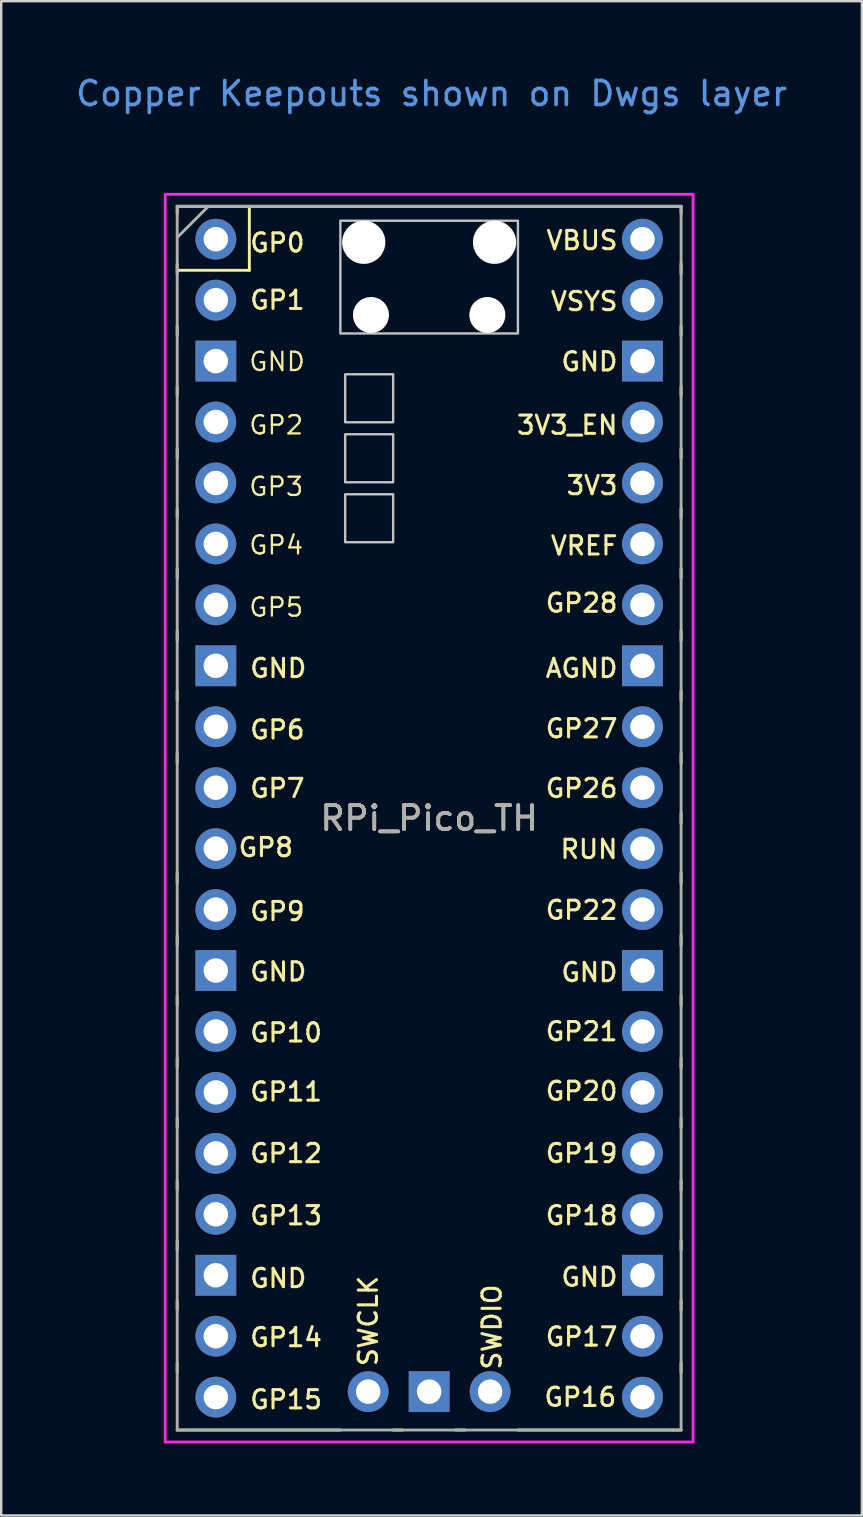
<source format=kicad_pcb>
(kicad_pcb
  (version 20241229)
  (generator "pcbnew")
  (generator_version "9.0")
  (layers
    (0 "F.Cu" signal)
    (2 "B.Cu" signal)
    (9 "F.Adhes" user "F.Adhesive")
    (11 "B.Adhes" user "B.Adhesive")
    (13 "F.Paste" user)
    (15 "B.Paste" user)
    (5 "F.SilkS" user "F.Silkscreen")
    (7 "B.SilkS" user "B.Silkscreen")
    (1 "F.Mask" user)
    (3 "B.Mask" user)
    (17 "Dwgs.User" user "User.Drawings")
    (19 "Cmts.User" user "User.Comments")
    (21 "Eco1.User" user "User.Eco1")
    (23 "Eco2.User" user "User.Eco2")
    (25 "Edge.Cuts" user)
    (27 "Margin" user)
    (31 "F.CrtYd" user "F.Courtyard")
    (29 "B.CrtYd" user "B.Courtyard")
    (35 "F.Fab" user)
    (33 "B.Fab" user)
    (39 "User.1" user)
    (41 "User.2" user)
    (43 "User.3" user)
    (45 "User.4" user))
  (footprint "RPi_Pico_TH"
    (layer "F.Cu")
    (at 14.835 31.048)
    (property "Reference" "RPi_Pico_TH" (at 0 0 0) (layer "F.SilkS") (effects (font (size 1 1) (thickness 0.15))))
    (attr through_hole)
    (fp_line (start -10.5 -25.5) (end -10.5 -25.2) (stroke (width 0.12) (type solid)) (layer "F.SilkS"))
    (fp_line (start -10.5 -25.5) (end 10.5 -25.5) (stroke (width 0.12) (type solid)) (layer "F.SilkS"))
    (fp_line (start -10.5 -23.1) (end -10.5 -22.7) (stroke (width 0.12) (type solid)) (layer "F.SilkS"))
    (fp_line (start -10.5 -22.833) (end -7.493 -22.833) (stroke (width 0.12) (type solid)) (layer "F.SilkS"))
    (fp_line (start -10.5 -20.5) (end -10.5 -20.1) (stroke (width 0.12) (type solid)) (layer "F.SilkS"))
    (fp_line (start -10.5 -18) (end -10.5 -17.6) (stroke (width 0.12) (type solid)) (layer "F.SilkS"))
    (fp_line (start -10.5 -15.4) (end -10.5 -15) (stroke (width 0.12) (type solid)) (layer "F.SilkS"))
    (fp_line (start -10.5 -12.9) (end -10.5 -12.5) (stroke (width 0.12) (type solid)) (layer "F.SilkS"))
    (fp_line (start -10.5 -10.4) (end -10.5 -10) (stroke (width 0.12) (type solid)) (layer "F.SilkS"))
    (fp_line (start -10.5 -7.8) (end -10.5 -7.4) (stroke (width 0.12) (type solid)) (layer "F.SilkS"))
    (fp_line (start -10.5 -5.3) (end -10.5 -4.9) (stroke (width 0.12) (type solid)) (layer "F.SilkS"))
    (fp_line (start -10.5 -2.7) (end -10.5 -2.3) (stroke (width 0.12) (type solid)) (layer "F.SilkS"))
    (fp_line (start -10.5 2.3) (end -10.5 2.7) (stroke (width 0.12) (type solid)) (layer "F.SilkS"))
    (fp_line (start -10.5 4.9) (end -10.5 5.3) (stroke (width 0.12) (type solid)) (layer "F.SilkS"))
    (fp_line (start -10.5 7.4) (end -10.5 7.8) (stroke (width 0.12) (type solid)) (layer "F.SilkS"))
    (fp_line (start -10.5 10) (end -10.5 10.4) (stroke (width 0.12) (type solid)) (layer "F.SilkS"))
    (fp_line (start -10.5 12.5) (end -10.5 12.9) (stroke (width 0.12) (type solid)) (layer "F.SilkS"))
    (fp_line (start -10.5 15.1) (end -10.5 15.5) (stroke (width 0.12) (type solid)) (layer "F.SilkS"))
    (fp_line (start -10.5 17.6) (end -10.5 18) (stroke (width 0.12) (type solid)) (layer "F.SilkS"))
    (fp_line (start -10.5 20.1) (end -10.5 20.5) (stroke (width 0.12) (type solid)) (layer "F.SilkS"))
    (fp_line (start -10.5 22.7) (end -10.5 23.1) (stroke (width 0.12) (type solid)) (layer "F.SilkS"))
    (fp_line (start -7.493 -22.833) (end -7.493 -25.5) (stroke (width 0.12) (type solid)) (layer "F.SilkS"))
    (fp_line (start -3.7 25.5) (end -10.5 25.5) (stroke (width 0.12) (type solid)) (layer "F.SilkS"))
    (fp_line (start -1.5 25.5) (end -1.1 25.5) (stroke (width 0.12) (type solid)) (layer "F.SilkS"))
    (fp_line (start 1.1 25.5) (end 1.5 25.5) (stroke (width 0.12) (type solid)) (layer "F.SilkS"))
    (fp_line (start 10.5 -25.5) (end 10.5 -25.2) (stroke (width 0.12) (type solid)) (layer "F.SilkS"))
    (fp_line (start 10.5 -23.1) (end 10.5 -22.7) (stroke (width 0.12) (type solid)) (layer "F.SilkS"))
    (fp_line (start 10.5 -20.5) (end 10.5 -20.1) (stroke (width 0.12) (type solid)) (layer "F.SilkS"))
    (fp_line (start 10.5 -18) (end 10.5 -17.6) (stroke (width 0.12) (type solid)) (layer "F.SilkS"))
    (fp_line (start 10.5 -15.4) (end 10.5 -15) (stroke (width 0.12) (type solid)) (layer "F.SilkS"))
    (fp_line (start 10.5 -12.9) (end 10.5 -12.5) (stroke (width 0.12) (type solid)) (layer "F.SilkS"))
    (fp_line (start 10.5 -10.4) (end 10.5 -10) (stroke (width 0.12) (type solid)) (layer "F.SilkS"))
    (fp_line (start 10.5 -7.8) (end 10.5 -7.4) (stroke (width 0.12) (type solid)) (layer "F.SilkS"))
    (fp_line (start 10.5 -5.3) (end 10.5 -4.9) (stroke (width 0.12) (type solid)) (layer "F.SilkS"))
    (fp_line (start 10.5 -2.7) (end 10.5 -2.3) (stroke (width 0.12) (type solid)) (layer "F.SilkS"))
    (fp_line (start 10.5 -0.2) (end 10.5 0.2) (stroke (width 0.12) (type solid)) (layer "F.SilkS"))
    (fp_line (start 10.5 2.3) (end 10.5 2.7) (stroke (width 0.12) (type solid)) (layer "F.SilkS"))
    (fp_line (start 10.5 4.9) (end 10.5 5.3) (stroke (width 0.12) (type solid)) (layer "F.SilkS"))
    (fp_line (start 10.5 7.4) (end 10.5 7.8) (stroke (width 0.12) (type solid)) (layer "F.SilkS"))
    (fp_line (start 10.5 10) (end 10.5 10.4) (stroke (width 0.12) (type solid)) (layer "F.SilkS"))
    (fp_line (start 10.5 12.5) (end 10.5 12.9) (stroke (width 0.12) (type solid)) (layer "F.SilkS"))
    (fp_line (start 10.5 15.1) (end 10.5 15.5) (stroke (width 0.12) (type solid)) (layer "F.SilkS"))
    (fp_line (start 10.5 17.6) (end 10.5 18) (stroke (width 0.12) (type solid)) (layer "F.SilkS"))
    (fp_line (start 10.5 20.1) (end 10.5 20.5) (stroke (width 0.12) (type solid)) (layer "F.SilkS"))
    (fp_line (start 10.5 22.7) (end 10.5 23.1) (stroke (width 0.12) (type solid)) (layer "F.SilkS"))
    (fp_line (start 10.5 25.5) (end 3.7 25.5) (stroke (width 0.12) (type solid)) (layer "F.SilkS"))
    (fp_poly (pts (xy -1.5 -16.5) (xy -3.5 -16.5) (xy -3.5 -18.5) (xy -1.5 -18.5)) (stroke (width 0.1) (type solid)) (fill no) (layer "Dwgs.User"))
    (fp_poly (pts (xy -1.5 -14) (xy -3.5 -14) (xy -3.5 -16) (xy -1.5 -16)) (stroke (width 0.1) (type solid)) (fill no) (layer "Dwgs.User"))
    (fp_poly (pts (xy -1.5 -11.5) (xy -3.5 -11.5) (xy -3.5 -13.5) (xy -1.5 -13.5)) (stroke (width 0.1) (type solid)) (fill no) (layer "Dwgs.User"))
    (fp_poly (pts (xy 3.7 -20.2) (xy -3.7 -20.2) (xy -3.7 -24.9) (xy 3.7 -24.9)) (stroke (width 0.1) (type solid)) (fill no) (layer "Dwgs.User"))
    (fp_line (start -11 -26) (end 11 -26) (stroke (width 0.12) (type solid)) (layer "F.CrtYd"))
    (fp_line (start -11 26) (end -11 -26) (stroke (width 0.12) (type solid)) (layer "F.CrtYd"))
    (fp_line (start 11 -26) (end 11 26) (stroke (width 0.12) (type solid)) (layer "F.CrtYd"))
    (fp_line (start 11 26) (end -11 26) (stroke (width 0.12) (type solid)) (layer "F.CrtYd"))
    (fp_line (start -10.5 -25.5) (end 10.5 -25.5) (stroke (width 0.12) (type solid)) (layer "F.Fab"))
    (fp_line (start -10.5 -24.2) (end -9.2 -25.5) (stroke (width 0.12) (type solid)) (layer "F.Fab"))
    (fp_line (start -10.5 25.5) (end -10.5 -25.5) (stroke (width 0.12) (type solid)) (layer "F.Fab"))
    (fp_line (start 10.5 -25.5) (end 10.5 25.5) (stroke (width 0.12) (type solid)) (layer "F.Fab"))
    (fp_line (start 10.5 25.5) (end -10.5 25.5) (stroke (width 0.12) (type solid)) (layer "F.Fab"))
    (fp_text user "3V3" (at 6.789 -13.868 0) (layer "F.SilkS") (effects (font (size 0.762 0.762) (thickness 0.127) (bold yes))))
    (fp_text user "GND" (at -6.288 19.177 0) (layer "F.SilkS") (effects (font (size 0.762 0.762) (thickness 0.127) (bold yes))))
    (fp_text user "VREF" (at 6.462 -11.354 0) (layer "F.SilkS") (effects (font (size 0.762 0.762) (thickness 0.127) (bold yes))))
    (fp_text user "GND" (at 6.68 -19.025 0) (layer "F.SilkS") (effects (font (size 0.762 0.762) (thickness 0.127) (bold yes))))
    (fp_text user "GP18" (at 6.354 16.561 0) (layer "F.SilkS") (effects (font (size 0.762 0.762) (thickness 0.127) (bold yes))))
    (fp_text user "VSYS" (at 6.462 -21.539 0) (layer "F.SilkS") (effects (font (size 0.762 0.762) (thickness 0.127) (bold yes))))
    (fp_text user "GP9" (at -6.325 3.886 0) (layer "F.SilkS") (effects (font (size 0.762 0.762) (thickness 0.127) (bold yes))))
    (fp_text user "GP0" (at -6.325 -23.978 0) (layer "F.SilkS") (effects (font (size 0.762 0.762) (thickness 0.127) (bold yes))))
    (fp_text user "GP19" (at 6.354 13.97 0) (layer "F.SilkS") (effects (font (size 0.762 0.762) (thickness 0.127) (bold yes))))
    (fp_text user "GP17" (at 6.354 21.615 0) (layer "F.SilkS") (effects (font (size 0.762 0.762) (thickness 0.127) (bold yes))))
    (fp_text user "GP5" (at -6.372 -8.788 0) (layer "F.SilkS") (effects (font (size 0.762 0.762) (thickness 0.095))))
    (fp_text user "GND" (at -6.336 -19.025 0) (layer "F.SilkS") (effects (font (size 0.762 0.762) (thickness 0.095))))
    (fp_text user "3V3_EN" (at 5.755 -16.383 0) (layer "F.SilkS") (effects (font (size 0.762 0.762) (thickness 0.127) (bold yes))))
    (fp_text user "GP14" (at -5.962 21.641 0) (layer "F.SilkS") (effects (font (size 0.762 0.762) (thickness 0.127) (bold yes))))
    (fp_text user "GP11" (at -5.962 11.405 0) (layer "F.SilkS") (effects (font (size 0.762 0.762) (thickness 0.127) (bold yes))))
    (fp_text user "GP2" (at -6.372 -16.383 0) (layer "F.SilkS") (effects (font (size 0.762 0.762) (thickness 0.095))))
    (fp_text user "GP28" (at 6.354 -8.966 0) (layer "F.SilkS") (effects (font (size 0.762 0.762) (thickness 0.127) (bold yes))))
    (fp_text user "GP12" (at -5.962 13.97 0) (layer "F.SilkS") (effects (font (size 0.762 0.762) (thickness 0.127) (bold yes))))
    (fp_text user "GP13" (at -5.962 16.561 0) (layer "F.SilkS") (effects (font (size 0.762 0.762) (thickness 0.127) (bold yes))))
    (fp_text user "GP6" (at -6.325 -3.683 0) (layer "F.SilkS") (effects (font (size 0.762 0.762) (thickness 0.127) (bold yes))))
    (fp_text user "GP22" (at 6.354 3.835 0) (layer "F.SilkS") (effects (font (size 0.762 0.762) (thickness 0.127) (bold yes))))
    (fp_text user "GND" (at 6.68 19.126 0) (layer "F.SilkS") (effects (font (size 0.762 0.762) (thickness 0.127) (bold yes))))
    (fp_text user "AGND" (at 6.354 -6.248 0) (layer "F.SilkS") (effects (font (size 0.762 0.762) (thickness 0.127) (bold yes))))
    (fp_text user "GP26" (at 6.354 -1.245 0) (layer "F.SilkS") (effects (font (size 0.762 0.762) (thickness 0.127) (bold yes))))
    (fp_text user "GND" (at -6.288 -6.248 0) (layer "F.SilkS") (effects (font (size 0.762 0.762) (thickness 0.127) (bold yes))))
    (fp_text user "GP15" (at -5.962 24.232 0) (layer "F.SilkS") (effects (font (size 0.762 0.762) (thickness 0.127) (bold yes))))
    (fp_text user "GP20" (at 6.354 11.379 0) (layer "F.SilkS") (effects (font (size 0.762 0.762) (thickness 0.127) (bold yes))))
    (fp_text user "GP4" (at -6.372 -11.379 0) (layer "F.SilkS") (effects (font (size 0.762 0.762) (thickness 0.095))))
    (fp_text user "SWDIO" (at 2.616 21.209 90) (layer "F.SilkS") (effects (font (size 0.762 0.762) (thickness 0.127) (bold yes))))
    (fp_text user "GND" (at -6.288 6.401 0) (layer "F.SilkS") (effects (font (size 0.762 0.762) (thickness 0.127) (bold yes))))
    (fp_text user "GP21" (at 6.354 8.89 0) (layer "F.SilkS") (effects (font (size 0.762 0.762) (thickness 0.127) (bold yes))))
    (fp_text user "RUN" (at 6.662 1.295 0) (layer "F.SilkS") (effects (font (size 0.762 0.762) (thickness 0.127) (bold yes))))
    (fp_text user "GP7" (at -6.325 -1.245 0) (layer "F.SilkS") (effects (font (size 0.762 0.762) (thickness 0.127) (bold yes))))
    (fp_text user "GP16" (at 6.299 24.13 0) (layer "F.SilkS") (effects (font (size 0.762 0.762) (thickness 0.127) (bold yes))))
    (fp_text user "GP1" (at -6.325 -21.59 0) (layer "F.SilkS") (effects (font (size 0.762 0.762) (thickness 0.127) (bold yes))))
    (fp_text user "GP27" (at 6.354 -3.734 0) (layer "F.SilkS") (effects (font (size 0.762 0.762) (thickness 0.127) (bold yes))))
    (fp_text user "VBUS" (at 6.372 -24.079 0) (layer "F.SilkS") (effects (font (size 0.762 0.762) (thickness 0.127) (bold yes))))
    (fp_text user "GP10" (at -5.962 8.941 0) (layer "F.SilkS") (effects (font (size 0.762 0.762) (thickness 0.127) (bold yes))))
    (fp_text user "GND" (at 6.68 6.426 0) (layer "F.SilkS") (effects (font (size 0.762 0.762) (thickness 0.127) (bold yes))))
    (fp_text user "GP3" (at -6.372 -13.818 0) (layer "F.SilkS") (effects (font (size 0.762 0.762) (thickness 0.095))))
    (fp_text user "SWCLK" (at -2.54 20.955 90) (layer "F.SilkS") (effects (font (size 0.762 0.762) (thickness 0.127) (bold yes))))
    (fp_text user "GP8" (at -6.807 1.219 0) (layer "F.SilkS") (effects (font (size 0.762 0.762) (thickness 0.127) (bold yes))))
    (fp_text user "Copper Keepouts shown on Dwgs layer" (at 0.1 -30.2 0) (layer "Cmts.User") (effects (font (size 1 1) (thickness 0.15))))
    (fp_text user "${REFERENCE}" (at 0 0 180) (layer "F.Fab") (effects (font (size 1 1) (thickness 0.15))))
    (pad "" np_thru_hole oval (at -2.725 -24) (size 1.8 1.8) (drill 1.8) (layers "*.Cu" "*.Mask"))
    (pad "" np_thru_hole oval (at -2.425 -20.97) (size 1.5 1.5) (drill 1.5) (layers "*.Cu" "*.Mask"))
    (pad "" np_thru_hole oval (at 2.425 -20.97) (size 1.5 1.5) (drill 1.5) (layers "*.Cu" "*.Mask"))
    (pad "" np_thru_hole oval (at 2.725 -24) (size 1.8 1.8) (drill 1.8) (layers "*.Cu" "*.Mask"))
    (pad "1" thru_hole oval (at -8.89 -24.13) (size 1.7 1.7) (drill 1.02) (layers "*.Cu" "*.Mask"))
    (pad "2" thru_hole oval (at -8.89 -21.59) (size 1.7 1.7) (drill 1.02) (layers "*.Cu" "*.Mask"))
    (pad "3" thru_hole rect (at -8.89 -19.05) (size 1.7 1.7) (drill 1.02) (layers "*.Cu" "*.Mask"))
    (pad "4" thru_hole oval (at -8.89 -16.51) (size 1.7 1.7) (drill 1.02) (layers "*.Cu" "*.Mask"))
    (pad "5" thru_hole oval (at -8.89 -13.97) (size 1.7 1.7) (drill 1.02) (layers "*.Cu" "*.Mask"))
    (pad "6" thru_hole oval (at -8.89 -11.43) (size 1.7 1.7) (drill 1.02) (layers "*.Cu" "*.Mask"))
    (pad "7" thru_hole oval (at -8.89 -8.89) (size 1.7 1.7) (drill 1.02) (layers "*.Cu" "*.Mask"))
    (pad "8" thru_hole rect (at -8.89 -6.35) (size 1.7 1.7) (drill 1.02) (layers "*.Cu" "*.Mask"))
    (pad "9" thru_hole oval (at -8.89 -3.81) (size 1.7 1.7) (drill 1.02) (layers "*.Cu" "*.Mask"))
    (pad "10" thru_hole oval (at -8.89 -1.27) (size 1.7 1.7) (drill 1.02) (layers "*.Cu" "*.Mask"))
    (pad "11" thru_hole oval (at -8.89 1.27) (size 1.7 1.7) (drill 1.02) (layers "*.Cu" "*.Mask"))
    (pad "12" thru_hole oval (at -8.89 3.81) (size 1.7 1.7) (drill 1.02) (layers "*.Cu" "*.Mask"))
    (pad "13" thru_hole rect (at -8.89 6.35) (size 1.7 1.7) (drill 1.02) (layers "*.Cu" "*.Mask"))
    (pad "14" thru_hole oval (at -8.89 8.89) (size 1.7 1.7) (drill 1.02) (layers "*.Cu" "*.Mask"))
    (pad "15" thru_hole oval (at -8.89 11.43) (size 1.7 1.7) (drill 1.02) (layers "*.Cu" "*.Mask"))
    (pad "16" thru_hole oval (at -8.89 13.97) (size 1.7 1.7) (drill 1.02) (layers "*.Cu" "*.Mask"))
    (pad "17" thru_hole oval (at -8.89 16.51) (size 1.7 1.7) (drill 1.02) (layers "*.Cu" "*.Mask"))
    (pad "18" thru_hole rect (at -8.89 19.05) (size 1.7 1.7) (drill 1.02) (layers "*.Cu" "*.Mask"))
    (pad "19" thru_hole oval (at -8.89 21.59) (size 1.7 1.7) (drill 1.02) (layers "*.Cu" "*.Mask"))
    (pad "20" thru_hole oval (at -8.89 24.13) (size 1.7 1.7) (drill 1.02) (layers "*.Cu" "*.Mask"))
    (pad "21" thru_hole oval (at 8.89 24.13) (size 1.7 1.7) (drill 1.02) (layers "*.Cu" "*.Mask"))
    (pad "22" thru_hole oval (at 8.89 21.59) (size 1.7 1.7) (drill 1.02) (layers "*.Cu" "*.Mask"))
    (pad "23" thru_hole rect (at 8.89 19.05) (size 1.7 1.7) (drill 1.02) (layers "*.Cu" "*.Mask"))
    (pad "24" thru_hole oval (at 8.89 16.51) (size 1.7 1.7) (drill 1.02) (layers "*.Cu" "*.Mask"))
    (pad "25" thru_hole oval (at 8.89 13.97) (size 1.7 1.7) (drill 1.02) (layers "*.Cu" "*.Mask"))
    (pad "26" thru_hole oval (at 8.89 11.43) (size 1.7 1.7) (drill 1.02) (layers "*.Cu" "*.Mask"))
    (pad "27" thru_hole oval (at 8.89 8.89) (size 1.7 1.7) (drill 1.02) (layers "*.Cu" "*.Mask"))
    (pad "28" thru_hole rect (at 8.89 6.35) (size 1.7 1.7) (drill 1.02) (layers "*.Cu" "*.Mask"))
    (pad "29" thru_hole oval (at 8.89 3.81) (size 1.7 1.7) (drill 1.02) (layers "*.Cu" "*.Mask"))
    (pad "30" thru_hole oval (at 8.89 1.27) (size 1.7 1.7) (drill 1.02) (layers "*.Cu" "*.Mask"))
    (pad "31" thru_hole oval (at 8.89 -1.27) (size 1.7 1.7) (drill 1.02) (layers "*.Cu" "*.Mask"))
    (pad "32" thru_hole oval (at 8.89 -3.81) (size 1.7 1.7) (drill 1.02) (layers "*.Cu" "*.Mask"))
    (pad "33" thru_hole rect (at 8.89 -6.35) (size 1.7 1.7) (drill 1.02) (layers "*.Cu" "*.Mask"))
    (pad "34" thru_hole oval (at 8.89 -8.89) (size 1.7 1.7) (drill 1.02) (layers "*.Cu" "*.Mask"))
    (pad "35" thru_hole oval (at 8.89 -11.43) (size 1.7 1.7) (drill 1.02) (layers "*.Cu" "*.Mask"))
    (pad "36" thru_hole oval (at 8.89 -13.97) (size 1.7 1.7) (drill 1.02) (layers "*.Cu" "*.Mask"))
    (pad "37" thru_hole oval (at 8.89 -16.51) (size 1.7 1.7) (drill 1.02) (layers "*.Cu" "*.Mask"))
    (pad "38" thru_hole rect (at 8.89 -19.05) (size 1.7 1.7) (drill 1.02) (layers "*.Cu" "*.Mask"))
    (pad "39" thru_hole oval (at 8.89 -21.59) (size 1.7 1.7) (drill 1.02) (layers "*.Cu" "*.Mask"))
    (pad "40" thru_hole oval (at 8.89 -24.13) (size 1.7 1.7) (drill 1.02) (layers "*.Cu" "*.Mask"))
    (pad "41" thru_hole oval (at -2.54 23.9) (size 1.7 1.7) (drill 1.02) (layers "*.Cu" "*.Mask"))
    (pad "42" thru_hole rect (at 0 23.9) (size 1.7 1.7) (drill 1.02) (layers "*.Cu" "*.Mask"))
    (pad "43" thru_hole oval (at 2.54 23.9) (size 1.7 1.7) (drill 1.02) (layers "*.Cu" "*.Mask")))
  (gr_rect
    (start -3 -3)
    (end 32.869 60.108)
    (stroke (width 0.1) (type default))
    (fill no)
    (layer "Edge.Cuts")))
</source>
